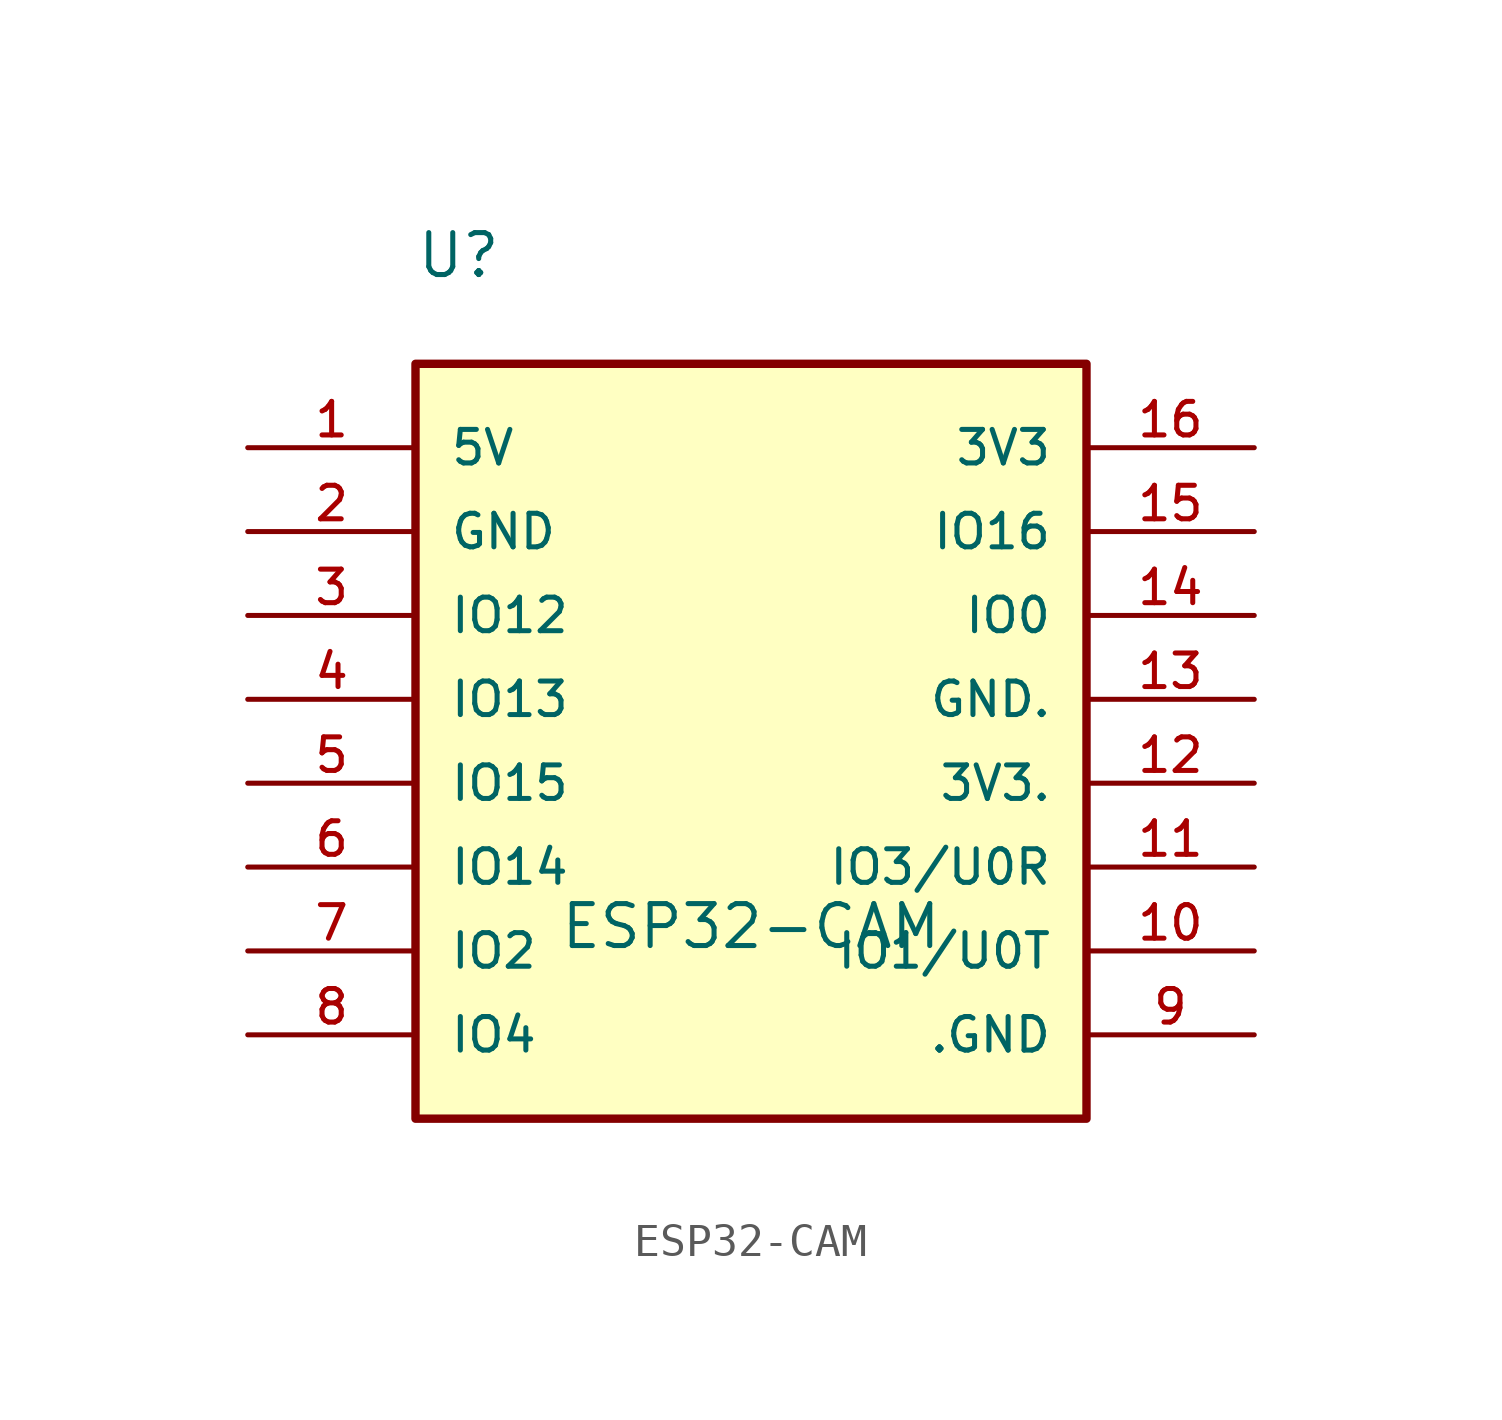
<source format=kicad_sym>
(kicad_symbol_lib
  (version 20241209)
  (generator "kicad_symbol_editor")
  (generator_version "9.0")
  (symbol "ESP32-CAM"
    (pin_names
      (offset 1.016))
    (property "Reference" "U"
      (at -10.16 20.32 0)
      (effects (font (size 1.27 1.27)) (justify left bottom)))
    (property "Value" "ESP32-CAM"
      (at 0 0 0)
      (effects (font (size 1.27 1.27)) (justify bottom)))
    (symbol "ESP32-CAM_0_0"
      (rectangle (start -10.16 17.78) (end 10.16 -5.08) (stroke (width 0.254) (type default)) (fill (type background)))
      (pin bidirectional line (at -15.24 15.24 0) (length 5.08) (name "5V" (effects (font (size 1.016 1.016)))) (number "1" (effects (font (size 1.016 1.016)))))
      (pin bidirectional line (at -15.24 12.7 0) (length 5.08) (name "GND" (effects (font (size 1.016 1.016)))) (number "2" (effects (font (size 1.016 1.016)))))
      (pin bidirectional line (at -15.24 10.16 0) (length 5.08) (name "IO12" (effects (font (size 1.016 1.016)))) (number "3" (effects (font (size 1.016 1.016)))))
      (pin bidirectional line (at -15.24 7.62 0) (length 5.08) (name "IO13" (effects (font (size 1.016 1.016)))) (number "4" (effects (font (size 1.016 1.016)))))
      (pin bidirectional line (at -15.24 5.08 0) (length 5.08) (name "IO15" (effects (font (size 1.016 1.016)))) (number "5" (effects (font (size 1.016 1.016)))))
      (pin bidirectional line (at -15.24 2.54 0) (length 5.08) (name "IO14" (effects (font (size 1.016 1.016)))) (number "6" (effects (font (size 1.016 1.016)))))
      (pin bidirectional line (at -15.24 0 0) (length 5.08) (name "IO2" (effects (font (size 1.016 1.016)))) (number "7" (effects (font (size 1.016 1.016)))))
      (pin bidirectional line (at -15.24 -2.54 0) (length 5.08) (name "IO4" (effects (font (size 1.016 1.016)))) (number "8" (effects (font (size 1.016 1.016)))))
      (pin bidirectional line (at 15.24 15.24 180) (length 5.08) (name "3V3" (effects (font (size 1.016 1.016)))) (number "16" (effects (font (size 1.016 1.016)))))
      (pin bidirectional line (at 15.24 12.7 180) (length 5.08) (name "IO16" (effects (font (size 1.016 1.016)))) (number "15" (effects (font (size 1.016 1.016)))))
      (pin bidirectional line (at 15.24 10.16 180) (length 5.08) (name "IO0" (effects (font (size 1.016 1.016)))) (number "14" (effects (font (size 1.016 1.016)))))
      (pin bidirectional line (at 15.24 7.62 180) (length 5.08) (name "GND." (effects (font (size 1.016 1.016)))) (number "13" (effects (font (size 1.016 1.016)))))
      (pin bidirectional line (at 15.24 5.08 180) (length 5.08) (name "3V3." (effects (font (size 1.016 1.016)))) (number "12" (effects (font (size 1.016 1.016)))))
      (pin bidirectional line (at 15.24 2.54 180) (length 5.08) (name "IO3/U0R" (effects (font (size 1.016 1.016)))) (number "11" (effects (font (size 1.016 1.016)))))
      (pin bidirectional line (at 15.24 0 180) (length 5.08) (name "IO1/U0T" (effects (font (size 1.016 1.016)))) (number "10" (effects (font (size 1.016 1.016)))))
      (pin bidirectional line (at 15.24 -2.54 180) (length 5.08) (name ".GND" (effects (font (size 1.016 1.016)))) (number "9" (effects (font (size 1.016 1.016))))))))
</source>
